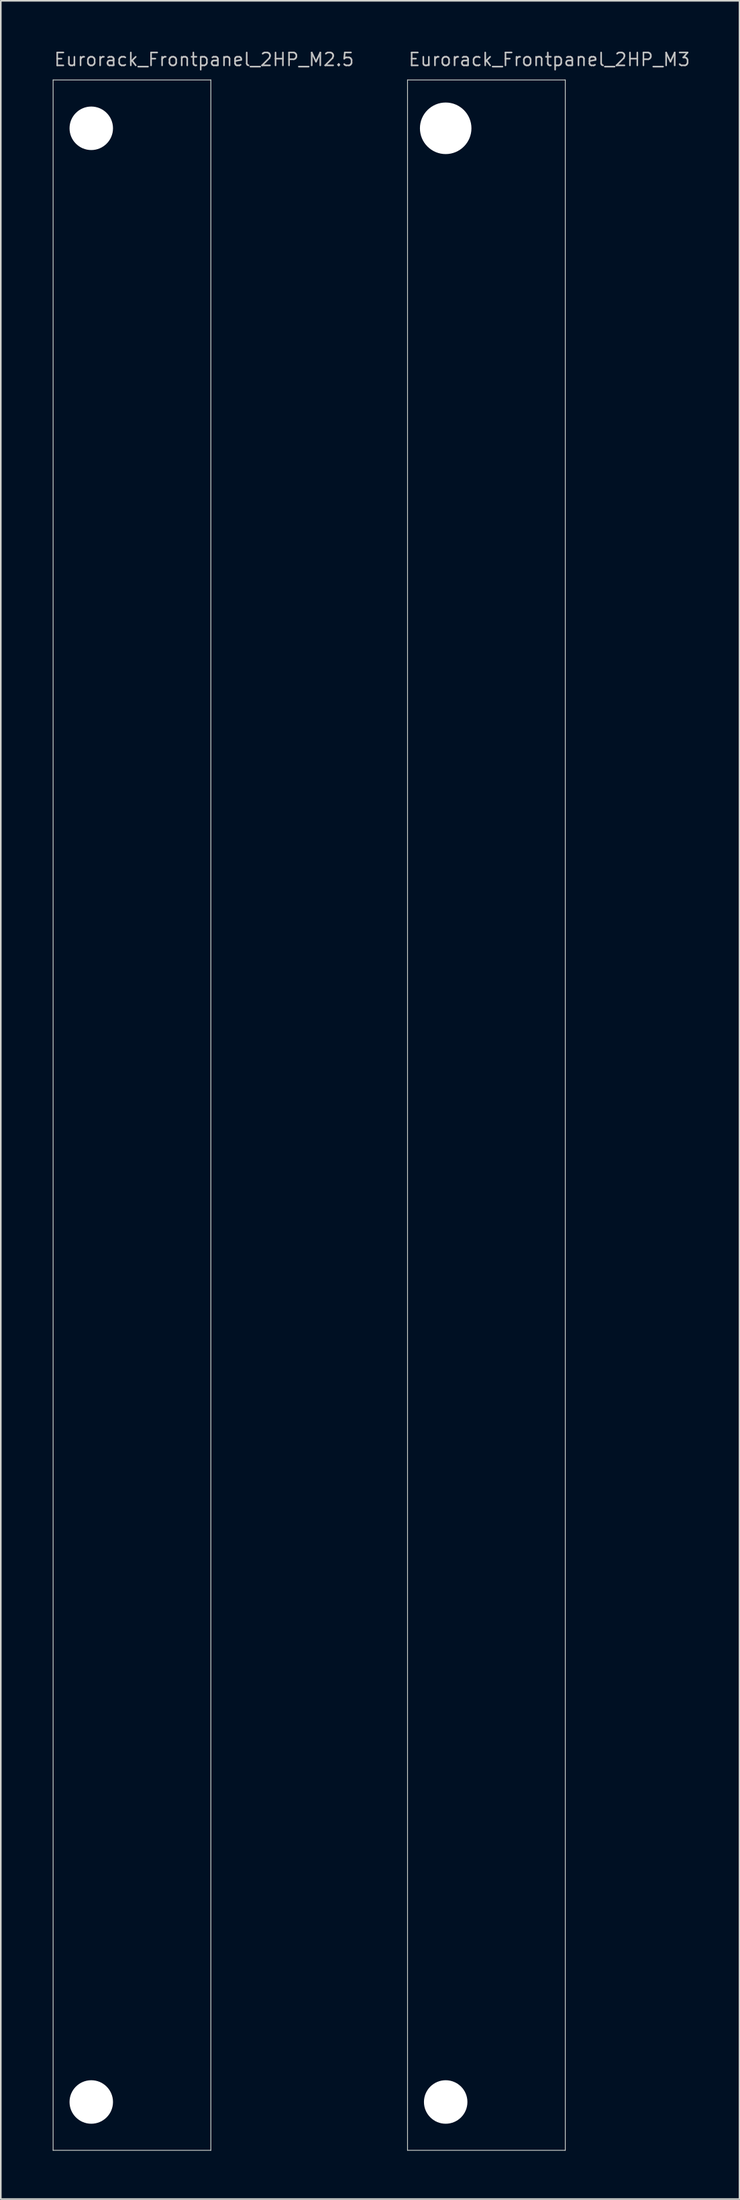
<source format=kicad_pcb>
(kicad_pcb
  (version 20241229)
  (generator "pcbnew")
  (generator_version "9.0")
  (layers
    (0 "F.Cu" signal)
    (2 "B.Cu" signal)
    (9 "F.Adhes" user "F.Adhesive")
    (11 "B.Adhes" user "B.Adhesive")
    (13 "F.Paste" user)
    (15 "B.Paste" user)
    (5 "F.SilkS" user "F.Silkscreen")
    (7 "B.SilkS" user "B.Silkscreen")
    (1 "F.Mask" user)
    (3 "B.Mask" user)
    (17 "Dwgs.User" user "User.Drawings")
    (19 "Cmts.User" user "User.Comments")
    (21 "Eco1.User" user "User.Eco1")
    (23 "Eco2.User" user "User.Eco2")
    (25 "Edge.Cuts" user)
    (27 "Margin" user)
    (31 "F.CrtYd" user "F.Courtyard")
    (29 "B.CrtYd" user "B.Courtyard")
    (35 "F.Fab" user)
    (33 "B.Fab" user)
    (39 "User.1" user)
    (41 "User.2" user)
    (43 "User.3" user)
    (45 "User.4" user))
  (footprint "Eurorack_Frontpanel_2HP_M3"
    (layer "F.Cu")
    (at 22.269 1.913)
    (property "Reference" "Eurorack_Frontpanel_2HP_M3" (at 0 -1.27 0) (unlocked yes) (layer "Dwgs.User") (effects (font (size 0.8 0.8) (thickness 0.1)) (justify left)))
    (fp_line (start 0 0) (end 9.8 0) (stroke (width 0.05) (type solid)) (layer "Edge.Cuts"))
    (fp_line (start 0 128.5) (end 0 0) (stroke (width 0.05) (type solid)) (layer "Edge.Cuts"))
    (fp_line (start 9.8 0) (end 9.8 128.5) (stroke (width 0.05) (type solid)) (layer "Edge.Cuts"))
    (fp_line (start 9.8 128.5) (end 0 128.5) (stroke (width 0.05) (type solid)) (layer "Edge.Cuts"))
    (pad "" np_thru_hole circle (at 2.37 3) (size 3.2 3.2) (drill 3.2) (layers "*.Cu" "*.Mask"))
    (pad "" np_thru_hole circle (at 2.37 125.5) (size 2.7 2.7) (drill 2.7) (layers "*.Cu" "*.Mask")))
  (footprint "Eurorack_Frontpanel_2HP_M2.5"
    (layer "F.Cu")
    (at 0.25 1.913)
    (property "Reference" "Eurorack_Frontpanel_2HP_M2.5" (at 0 -1.27 0) (unlocked yes) (layer "Dwgs.User") (effects (font (size 0.8 0.8) (thickness 0.1)) (justify left)))
    (fp_line (start 0 0) (end 9.8 0) (stroke (width 0.05) (type solid)) (layer "Edge.Cuts"))
    (fp_line (start 0 128.5) (end 0 0) (stroke (width 0.05) (type solid)) (layer "Edge.Cuts"))
    (fp_line (start 9.8 0) (end 9.8 128.5) (stroke (width 0.05) (type solid)) (layer "Edge.Cuts"))
    (fp_line (start 9.8 128.5) (end 0 128.5) (stroke (width 0.05) (type solid)) (layer "Edge.Cuts"))
    (pad "" np_thru_hole circle (at 2.37 3) (size 2.7 2.7) (drill 2.7) (layers "*.Cu" "*.Mask"))
    (pad "" np_thru_hole circle (at 2.37 125.5) (size 2.7 2.7) (drill 2.7) (layers "*.Cu" "*.Mask")))
  (gr_rect
    (start -3 -3)
    (end 42.894 133.439)
    (stroke (width 0.1) (type default))
    (fill no)
    (layer "Edge.Cuts")))
</source>
